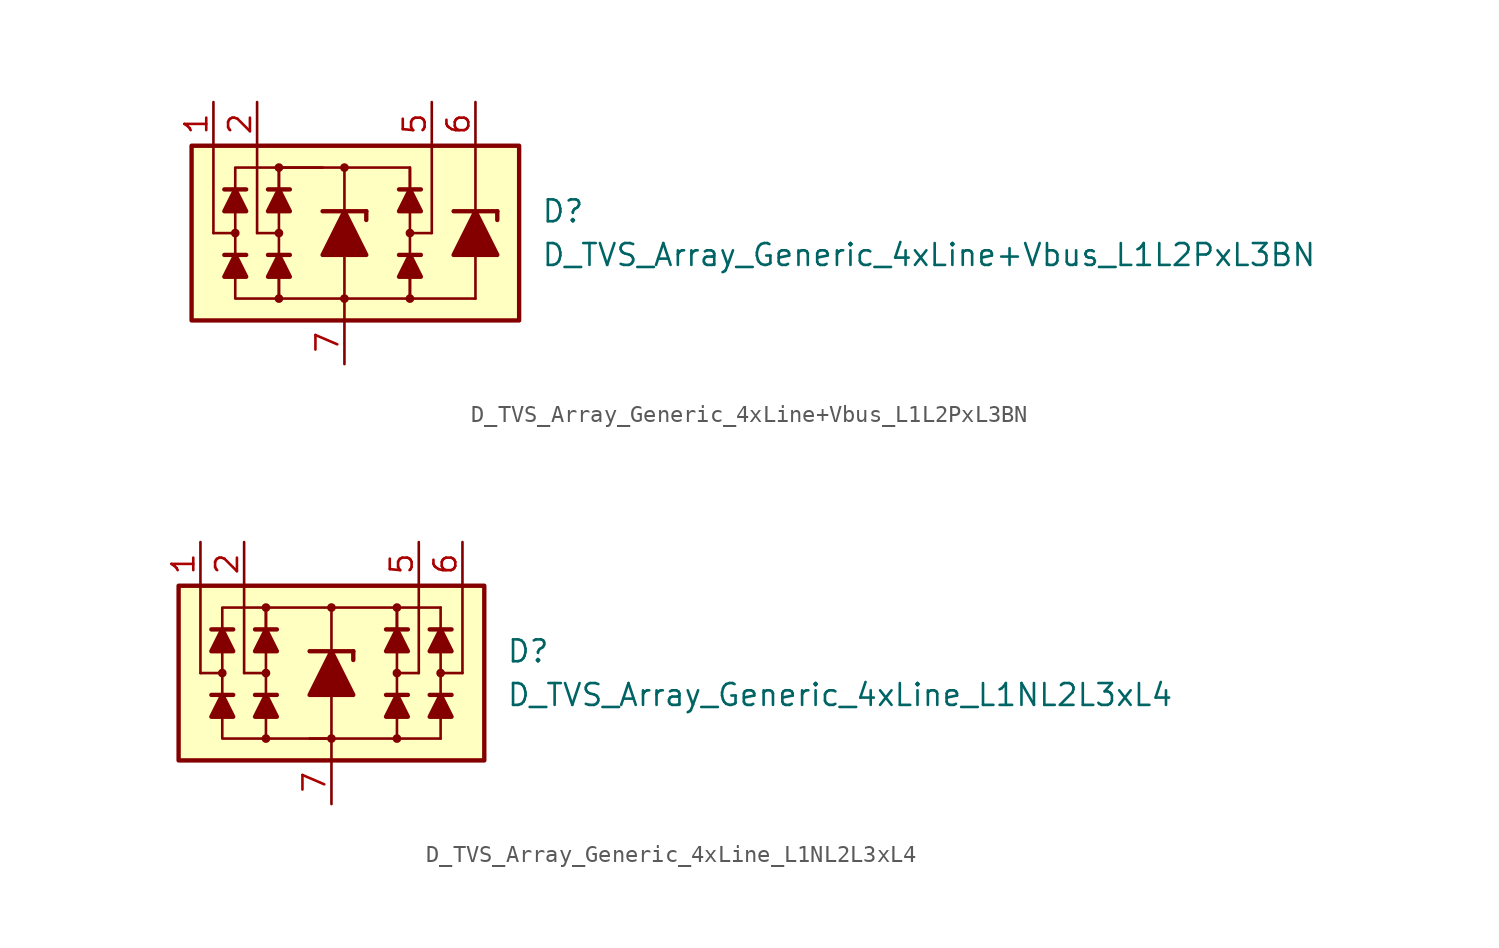
<source format=kicad_sym>
(kicad_symbol_lib
  (version 20211014)
  (generator kicad_symbol_editor)
  (symbol "D_TVS_Array_Generic_4xLine+Vbus_L1L2PxL3BN"
    (pin_names
      (offset 1.016) hide)
    (property "Reference" "D"
      (at 11.43 1.27 0)
      (effects (font (size 1.27 1.27)) (justify left)))
    (property "Value" "D_TVS_Array_Generic_4xLine+Vbus_L1L2PxL3BN"
      (at 11.43 -1.27 0)
      (effects (font (size 1.27 1.27)) (justify left)))
    (symbol "D_TVS_Array_Generic_4xLine+Vbus_L1L2PxL3BN_0_1"
      (rectangle (start -8.89 5.08) (end 10.16 -5.08) (stroke (width 0.254) (type default) (color 0 0 0 0)) (fill (type background)))
      (circle (center -3.81 0) (radius 0.178) (stroke (width 0) (type default) (color 0 0 0 0)) (fill (type outline)))
      (polyline (pts (xy -5.715 -1.27) (xy -6.985 -1.27)) (stroke (width 0.254) (type default) (color 0 0 0 0)) (fill (type none)))
      (polyline (pts (xy -5.715 2.54) (xy -6.985 2.54)) (stroke (width 0.254) (type default) (color 0 0 0 0)) (fill (type none)))
      (polyline (pts (xy -5.08 0) (xy -5.08 5.08)) (stroke (width 0) (type default) (color 0 0 0 0)) (fill (type none)))
      (polyline (pts (xy -3.81 -1.27) (xy -3.81 1.27)) (stroke (width 0) (type default) (color 0 0 0 0)) (fill (type none)))
      (polyline (pts (xy -3.81 0) (xy -5.08 0)) (stroke (width 0) (type default) (color 0 0 0 0)) (fill (type none)))
      (polyline (pts (xy -3.175 -1.27) (xy -4.445 -1.27)) (stroke (width 0.254) (type default) (color 0 0 0 0)) (fill (type none)))
      (polyline (pts (xy -3.175 2.54) (xy -4.445 2.54)) (stroke (width 0.254) (type default) (color 0 0 0 0)) (fill (type none)))
      (polyline (pts (xy 0 -1.27) (xy 0 -5.08)) (stroke (width 0) (type default) (color 0 0 0 0)) (fill (type none)))
      (polyline (pts (xy 0 3.81) (xy 0 1.27)) (stroke (width 0) (type default) (color 0 0 0 0)) (fill (type none)))
      (polyline (pts (xy 3.81 -3.81) (xy 7.62 -3.81)) (stroke (width 0) (type default) (color 0 0 0 0)) (fill (type none)))
      (polyline (pts (xy 3.81 -1.27) (xy 3.81 1.27)) (stroke (width 0) (type default) (color 0 0 0 0)) (fill (type none)))
      (polyline (pts (xy 3.81 0) (xy 5.08 0)) (stroke (width 0) (type default) (color 0 0 0 0)) (fill (type none)))
      (polyline (pts (xy 4.445 -1.27) (xy 3.175 -1.27)) (stroke (width 0.254) (type default) (color 0 0 0 0)) (fill (type none)))
      (polyline (pts (xy 4.445 2.54) (xy 3.175 2.54)) (stroke (width 0.254) (type default) (color 0 0 0 0)) (fill (type none)))
      (polyline (pts (xy 5.08 0) (xy 5.08 5.08)) (stroke (width 0) (type default) (color 0 0 0 0)) (fill (type none)))
      (polyline (pts (xy -6.35 -1.27) (xy -5.715 -2.54) (xy -6.985 -2.54) (xy -6.35 -1.27)) (stroke (width 0.254) (type default) (color 0 0 0 0)) (fill (type outline)))
      (polyline (pts (xy -6.35 2.54) (xy -5.715 1.27) (xy -6.985 1.27) (xy -6.35 2.54)) (stroke (width 0.254) (type default) (color 0 0 0 0)) (fill (type outline)))
      (polyline (pts (xy -3.81 -3.81) (xy -6.35 -3.81) (xy -6.35 3.81) (xy -1.27 3.81)) (stroke (width 0) (type default) (color 0 0 0 0)) (fill (type none)))
      (polyline (pts (xy -3.81 -2.54) (xy -3.81 -3.81) (xy 3.81 -3.81) (xy 3.81 -2.54)) (stroke (width 0) (type default) (color 0 0 0 0)) (fill (type none)))
      (polyline (pts (xy -3.81 -1.27) (xy -3.175 -2.54) (xy -4.445 -2.54) (xy -3.81 -1.27)) (stroke (width 0.254) (type default) (color 0 0 0 0)) (fill (type outline)))
      (polyline (pts (xy -3.81 2.54) (xy -3.81 3.81) (xy 3.81 3.81) (xy 3.81 2.54)) (stroke (width 0) (type default) (color 0 0 0 0)) (fill (type none)))
      (polyline (pts (xy -3.81 2.54) (xy -3.175 1.27) (xy -4.445 1.27) (xy -3.81 2.54)) (stroke (width 0.254) (type default) (color 0 0 0 0)) (fill (type outline)))
      (polyline (pts (xy 3.81 -1.27) (xy 4.445 -2.54) (xy 3.175 -2.54) (xy 3.81 -1.27)) (stroke (width 0.254) (type default) (color 0 0 0 0)) (fill (type outline)))
      (polyline (pts (xy 3.81 2.54) (xy 4.445 1.27) (xy 3.175 1.27) (xy 3.81 2.54)) (stroke (width 0.254) (type default) (color 0 0 0 0)) (fill (type outline)))
      (circle (center 0 3.81) (radius 0.178) (stroke (width 0) (type default) (color 0 0 0 0)) (fill (type outline)))
      (circle (center 3.81 0) (radius 0.178) (stroke (width 0) (type default) (color 0 0 0 0)) (fill (type outline))))
    (symbol "D_TVS_Array_Generic_4xLine+Vbus_L1L2PxL3BN_1_1"
      (circle (center -6.35 0) (radius 0.178) (stroke (width 0) (type default) (color 0 0 0 0)) (fill (type outline)))
      (circle (center -3.81 -3.81) (radius 0.178) (stroke (width 0) (type default) (color 0 0 0 0)) (fill (type outline)))
      (circle (center -3.81 3.81) (radius 0.178) (stroke (width 0) (type default) (color 0 0 0 0)) (fill (type outline)))
      (circle (center 0 -3.81) (radius 0.178) (stroke (width 0) (type default) (color 0 0 0 0)) (fill (type outline)))
      (polyline (pts (xy -7.62 0) (xy -7.62 5.08)) (stroke (width 0) (type default) (color 0 0 0 0)) (fill (type none)))
      (polyline (pts (xy -6.35 0) (xy -7.62 0)) (stroke (width 0) (type default) (color 0 0 0 0)) (fill (type none)))
      (polyline (pts (xy -3.81 -3.81) (xy -3.81 -1.27)) (stroke (width 0) (type default) (color 0 0 0 0)) (fill (type none)))
      (polyline (pts (xy -3.81 1.27) (xy -3.81 3.81)) (stroke (width 0) (type default) (color 0 0 0 0)) (fill (type none)))
      (polyline (pts (xy -1.27 1.27) (xy 1.27 1.27)) (stroke (width 0.254) (type default) (color 0 0 0 0)) (fill (type none)))
      (polyline (pts (xy 0 -1.27) (xy 0 1.27)) (stroke (width 0) (type default) (color 0 0 0 0)) (fill (type none)))
      (polyline (pts (xy 1.27 1.27) (xy 1.27 0.762)) (stroke (width 0.254) (type default) (color 0 0 0 0)) (fill (type none)))
      (polyline (pts (xy 3.81 -3.81) (xy 3.81 -1.27)) (stroke (width 0) (type default) (color 0 0 0 0)) (fill (type none)))
      (polyline (pts (xy 3.81 1.27) (xy 3.81 3.81)) (stroke (width 0) (type default) (color 0 0 0 0)) (fill (type none)))
      (polyline (pts (xy 6.35 1.27) (xy 8.89 1.27)) (stroke (width 0.254) (type default) (color 0 0 0 0)) (fill (type none)))
      (polyline (pts (xy 7.62 -1.27) (xy 7.62 -3.81)) (stroke (width 0) (type default) (color 0 0 0 0)) (fill (type none)))
      (polyline (pts (xy 7.62 -1.27) (xy 7.62 1.27)) (stroke (width 0) (type default) (color 0 0 0 0)) (fill (type none)))
      (polyline (pts (xy 7.62 5.08) (xy 7.62 1.27)) (stroke (width 0) (type default) (color 0 0 0 0)) (fill (type none)))
      (polyline (pts (xy 8.89 1.27) (xy 8.89 0.762)) (stroke (width 0.254) (type default) (color 0 0 0 0)) (fill (type none)))
      (polyline (pts (xy 1.27 -1.27) (xy -1.27 -1.27) (xy 0 1.27) (xy 1.27 -1.27)) (stroke (width 0.254) (type default) (color 0 0 0 0)) (fill (type outline)))
      (polyline (pts (xy 8.89 -1.27) (xy 6.35 -1.27) (xy 7.62 1.27) (xy 8.89 -1.27)) (stroke (width 0.254) (type default) (color 0 0 0 0)) (fill (type outline)))
      (circle (center 3.81 -3.81) (radius 0.178) (stroke (width 0) (type default) (color 0 0 0 0)) (fill (type outline)))
      (pin passive line (at -7.62 7.62 270) (length 2.54) (name "L1" (effects (font (size 1.27 1.27)))) (number "1" (effects (font (size 1.27 1.27)))))
      (pin passive line (at -5.08 7.62 270) (length 2.54) (name "L2" (effects (font (size 1.27 1.27)))) (number "2" (effects (font (size 1.27 1.27)))))
      (pin no_connect line (at 0 2.54 0) (length 2.54) hide (name "NC" (effects (font (size 1.27 1.27)))) (number "3" (effects (font (size 1.27 1.27)))))
      (pin no_connect line (at 0 0 0) (length 2.54) hide (name "NC" (effects (font (size 1.27 1.27)))) (number "4" (effects (font (size 1.27 1.27)))))
      (pin passive line (at 5.08 7.62 270) (length 2.54) (name "L2" (effects (font (size 1.27 1.27)))) (number "5" (effects (font (size 1.27 1.27)))))
      (pin passive line (at 7.62 7.62 270) (length 2.54) (name "B" (effects (font (size 1.27 1.27)))) (number "6" (effects (font (size 1.27 1.27)))))
      (pin passive line (at 0 -7.62 90) (length 2.54) (name "VN" (effects (font (size 1.27 1.27)))) (number "7" (effects (font (size 1.27 1.27)))))))
  (symbol "D_TVS_Array_Generic_4xLine_L1NL2L3xL4"
    (pin_names
      (offset 1.016) hide)
    (property "Reference" "D"
      (at 10.16 1.27 0)
      (effects (font (size 1.27 1.27)) (justify left)))
    (property "Value" "D_TVS_Array_Generic_4xLine_L1NL2L3xL4"
      (at 10.16 -1.27 0)
      (effects (font (size 1.27 1.27)) (justify left)))
    (symbol "D_TVS_Array_Generic_4xLine_L1NL2L3xL4_0_1"
      (rectangle (start -8.89 5.08) (end 8.89 -5.08) (stroke (width 0.254) (type default) (color 0 0 0 0)) (fill (type background)))
      (circle (center -3.81 0) (radius 0.178) (stroke (width 0) (type default) (color 0 0 0 0)) (fill (type outline)))
      (polyline (pts (xy -5.715 -1.27) (xy -6.985 -1.27)) (stroke (width 0.254) (type default) (color 0 0 0 0)) (fill (type none)))
      (polyline (pts (xy -5.715 2.54) (xy -6.985 2.54)) (stroke (width 0.254) (type default) (color 0 0 0 0)) (fill (type none)))
      (polyline (pts (xy -5.08 0) (xy -5.08 5.08)) (stroke (width 0) (type default) (color 0 0 0 0)) (fill (type none)))
      (polyline (pts (xy -3.81 -1.27) (xy -3.81 1.27)) (stroke (width 0) (type default) (color 0 0 0 0)) (fill (type none)))
      (polyline (pts (xy -3.81 0) (xy -5.08 0)) (stroke (width 0) (type default) (color 0 0 0 0)) (fill (type none)))
      (polyline (pts (xy -3.175 -1.27) (xy -4.445 -1.27)) (stroke (width 0.254) (type default) (color 0 0 0 0)) (fill (type none)))
      (polyline (pts (xy -3.175 2.54) (xy -4.445 2.54)) (stroke (width 0.254) (type default) (color 0 0 0 0)) (fill (type none)))
      (polyline (pts (xy 0 -1.27) (xy 0 -5.08)) (stroke (width 0) (type default) (color 0 0 0 0)) (fill (type none)))
      (polyline (pts (xy 0 0) (xy 0 3.81)) (stroke (width 0.152) (type default) (color 0 0 0 0)) (fill (type none)))
      (polyline (pts (xy 3.81 -1.27) (xy 3.81 1.27)) (stroke (width 0) (type default) (color 0 0 0 0)) (fill (type none)))
      (polyline (pts (xy 3.81 0) (xy 5.08 0)) (stroke (width 0) (type default) (color 0 0 0 0)) (fill (type none)))
      (polyline (pts (xy 3.81 3.81) (xy 6.35 3.81)) (stroke (width 0.152) (type default) (color 0 0 0 0)) (fill (type none)))
      (polyline (pts (xy 4.445 -1.27) (xy 3.175 -1.27)) (stroke (width 0.254) (type default) (color 0 0 0 0)) (fill (type none)))
      (polyline (pts (xy 4.445 2.54) (xy 3.175 2.54)) (stroke (width 0.254) (type default) (color 0 0 0 0)) (fill (type none)))
      (polyline (pts (xy 5.08 0) (xy 5.08 5.08)) (stroke (width 0) (type default) (color 0 0 0 0)) (fill (type none)))
      (polyline (pts (xy 6.35 3.81) (xy 6.35 -3.81)) (stroke (width 0.152) (type default) (color 0 0 0 0)) (fill (type none)))
      (polyline (pts (xy 6.985 -1.27) (xy 5.715 -1.27)) (stroke (width 0.254) (type default) (color 0 0 0 0)) (fill (type none)))
      (polyline (pts (xy 6.985 2.54) (xy 5.715 2.54)) (stroke (width 0.254) (type default) (color 0 0 0 0)) (fill (type none)))
      (polyline (pts (xy 6.35 -3.81) (xy -1.27 -3.81) (xy 0 -3.81)) (stroke (width 0.152) (type default) (color 0 0 0 0)) (fill (type none)))
      (polyline (pts (xy -6.35 -1.27) (xy -5.715 -2.54) (xy -6.985 -2.54) (xy -6.35 -1.27)) (stroke (width 0.254) (type default) (color 0 0 0 0)) (fill (type outline)))
      (polyline (pts (xy -6.35 2.54) (xy -5.715 1.27) (xy -6.985 1.27) (xy -6.35 2.54)) (stroke (width 0.254) (type default) (color 0 0 0 0)) (fill (type outline)))
      (polyline (pts (xy -3.81 -1.27) (xy -3.175 -2.54) (xy -4.445 -2.54) (xy -3.81 -1.27)) (stroke (width 0.254) (type default) (color 0 0 0 0)) (fill (type outline)))
      (polyline (pts (xy -3.81 2.54) (xy -3.81 3.81) (xy 3.81 3.81) (xy 3.81 2.54)) (stroke (width 0) (type default) (color 0 0 0 0)) (fill (type none)))
      (polyline (pts (xy -3.81 2.54) (xy -3.175 1.27) (xy -4.445 1.27) (xy -3.81 2.54)) (stroke (width 0.254) (type default) (color 0 0 0 0)) (fill (type outline)))
      (polyline (pts (xy 0 -3.81) (xy -6.35 -3.81) (xy -6.35 3.81) (xy -3.81 3.81)) (stroke (width 0) (type default) (color 0 0 0 0)) (fill (type none)))
      (polyline (pts (xy 3.81 -1.27) (xy 4.445 -2.54) (xy 3.175 -2.54) (xy 3.81 -1.27)) (stroke (width 0.254) (type default) (color 0 0 0 0)) (fill (type outline)))
      (polyline (pts (xy 3.81 2.54) (xy 4.445 1.27) (xy 3.175 1.27) (xy 3.81 2.54)) (stroke (width 0.254) (type default) (color 0 0 0 0)) (fill (type outline)))
      (polyline (pts (xy 6.35 -1.27) (xy 6.985 -2.54) (xy 5.715 -2.54) (xy 6.35 -1.27)) (stroke (width 0.254) (type default) (color 0 0 0 0)) (fill (type outline)))
      (polyline (pts (xy 6.35 2.54) (xy 6.985 1.27) (xy 5.715 1.27) (xy 6.35 2.54)) (stroke (width 0.254) (type default) (color 0 0 0 0)) (fill (type outline)))
      (circle (center 0 3.81) (radius 0.178) (stroke (width 0) (type default) (color 0 0 0 0)) (fill (type outline)))
      (circle (center 3.81 0) (radius 0.178) (stroke (width 0) (type default) (color 0 0 0 0)) (fill (type outline))))
    (symbol "D_TVS_Array_Generic_4xLine_L1NL2L3xL4_1_1"
      (circle (center -6.35 0) (radius 0.178) (stroke (width 0) (type default) (color 0 0 0 0)) (fill (type outline)))
      (circle (center -3.81 -3.81) (radius 0.178) (stroke (width 0) (type default) (color 0 0 0 0)) (fill (type outline)))
      (circle (center -3.81 3.81) (radius 0.178) (stroke (width 0) (type default) (color 0 0 0 0)) (fill (type outline)))
      (circle (center 0 -3.81) (radius 0.178) (stroke (width 0) (type default) (color 0 0 0 0)) (fill (type outline)))
      (polyline (pts (xy -7.62 0) (xy -7.62 5.08)) (stroke (width 0) (type default) (color 0 0 0 0)) (fill (type none)))
      (polyline (pts (xy -6.35 0) (xy -7.62 0)) (stroke (width 0) (type default) (color 0 0 0 0)) (fill (type none)))
      (polyline (pts (xy -3.81 -3.81) (xy -3.81 -1.27)) (stroke (width 0) (type default) (color 0 0 0 0)) (fill (type none)))
      (polyline (pts (xy -3.81 1.27) (xy -3.81 3.81)) (stroke (width 0) (type default) (color 0 0 0 0)) (fill (type none)))
      (polyline (pts (xy -1.27 1.27) (xy 1.27 1.27)) (stroke (width 0.254) (type default) (color 0 0 0 0)) (fill (type none)))
      (polyline (pts (xy 0 -1.27) (xy 0 1.27)) (stroke (width 0) (type default) (color 0 0 0 0)) (fill (type none)))
      (polyline (pts (xy 1.27 1.27) (xy 1.27 0.762)) (stroke (width 0.254) (type default) (color 0 0 0 0)) (fill (type none)))
      (polyline (pts (xy 3.81 -3.81) (xy 3.81 -1.27)) (stroke (width 0) (type default) (color 0 0 0 0)) (fill (type none)))
      (polyline (pts (xy 3.81 1.27) (xy 3.81 3.81)) (stroke (width 0) (type default) (color 0 0 0 0)) (fill (type none)))
      (polyline (pts (xy 6.35 0) (xy 7.62 0)) (stroke (width 0) (type default) (color 0 0 0 0)) (fill (type none)))
      (polyline (pts (xy 7.62 0) (xy 7.62 5.08)) (stroke (width 0) (type default) (color 0 0 0 0)) (fill (type none)))
      (polyline (pts (xy 1.27 -1.27) (xy -1.27 -1.27) (xy 0 1.27) (xy 1.27 -1.27)) (stroke (width 0.254) (type default) (color 0 0 0 0)) (fill (type outline)))
      (circle (center 3.81 -3.81) (radius 0.178) (stroke (width 0) (type default) (color 0 0 0 0)) (fill (type outline)))
      (circle (center 3.81 3.81) (radius 0.178) (stroke (width 0) (type default) (color 0 0 0 0)) (fill (type outline)))
      (circle (center 6.35 0) (radius 0.178) (stroke (width 0) (type default) (color 0 0 0 0)) (fill (type outline)))
      (pin passive line (at -7.62 7.62 270) (length 2.54) (name "L1" (effects (font (size 1.27 1.27)))) (number "1" (effects (font (size 1.27 1.27)))))
      (pin passive line (at -5.08 7.62 270) (length 2.54) (name "L2" (effects (font (size 1.27 1.27)))) (number "2" (effects (font (size 1.27 1.27)))))
      (pin no_connect line (at 1.27 3.81 0) (length 2.54) hide (name "NC" (effects (font (size 1.27 1.27)))) (number "3" (effects (font (size 1.27 1.27)))))
      (pin no_connect line (at 1.27 1.27 0) (length 2.54) hide (name "NC" (effects (font (size 1.27 1.27)))) (number "4" (effects (font (size 1.27 1.27)))))
      (pin passive line (at 5.08 7.62 270) (length 2.54) (name "L3" (effects (font (size 1.27 1.27)))) (number "5" (effects (font (size 1.27 1.27)))))
      (pin passive line (at 7.62 7.62 270) (length 2.54) (name "L4" (effects (font (size 1.27 1.27)))) (number "6" (effects (font (size 1.27 1.27)))))
      (pin passive line (at 0 -7.62 90) (length 2.54) (name "VN" (effects (font (size 1.27 1.27)))) (number "7" (effects (font (size 1.27 1.27))))))))
</source>
